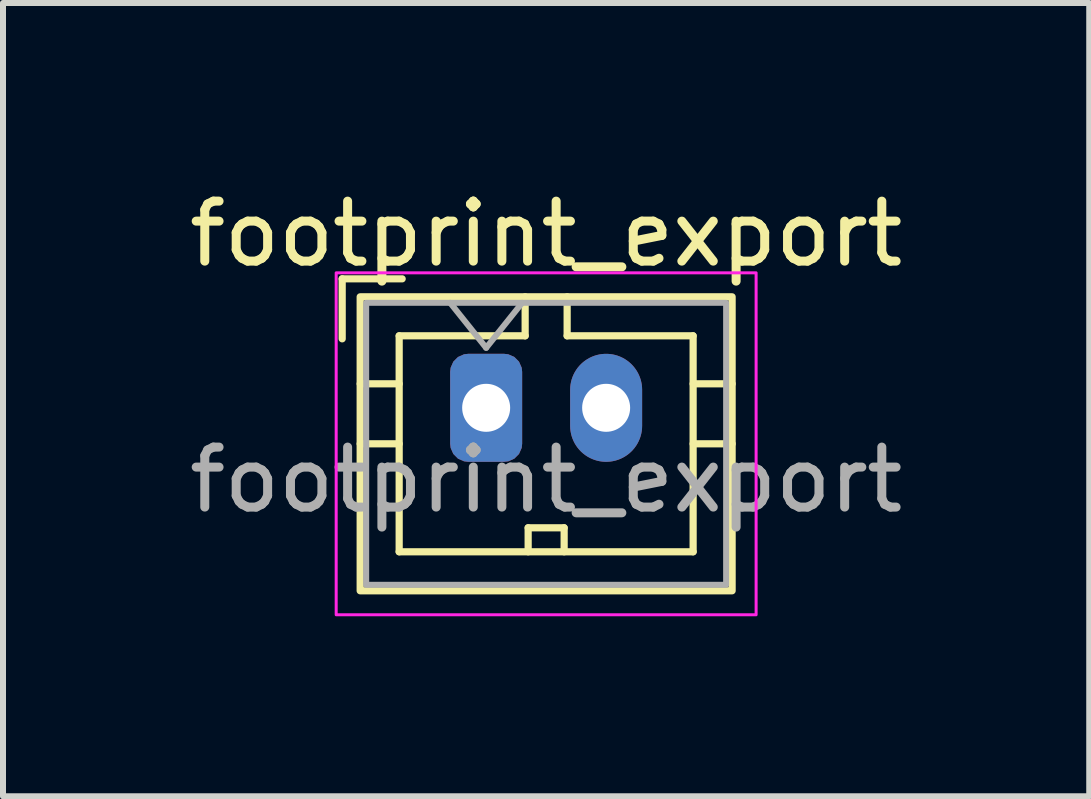
<source format=kicad_pcb>
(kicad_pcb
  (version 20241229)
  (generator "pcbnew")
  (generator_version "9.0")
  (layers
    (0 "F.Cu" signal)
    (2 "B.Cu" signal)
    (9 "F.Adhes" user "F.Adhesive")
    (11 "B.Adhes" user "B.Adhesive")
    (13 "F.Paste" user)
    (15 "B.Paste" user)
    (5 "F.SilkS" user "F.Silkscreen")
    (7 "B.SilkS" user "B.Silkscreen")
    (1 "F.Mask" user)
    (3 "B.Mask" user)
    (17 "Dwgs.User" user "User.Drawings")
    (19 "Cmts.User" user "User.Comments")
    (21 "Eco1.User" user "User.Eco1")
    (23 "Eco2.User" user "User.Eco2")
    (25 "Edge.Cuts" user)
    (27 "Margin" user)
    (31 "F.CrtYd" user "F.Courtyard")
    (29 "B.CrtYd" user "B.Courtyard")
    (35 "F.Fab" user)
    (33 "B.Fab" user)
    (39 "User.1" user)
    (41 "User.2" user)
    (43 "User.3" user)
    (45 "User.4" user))
  (footprint "footprint_export"
    (layer "F.Cu")
    (at 5.054 3.748)
    (property "Reference" "footprint_export" (at 1 -2.9 0) (unlocked yes) (layer "F.SilkS") (effects (font (size 1 1) (thickness 0.15))))
    (attr through_hole)
    (fp_line (start -2.4 -2.15) (end -2.4 -1.15) (stroke (width 0.12) (type solid)) (layer "F.SilkS"))
    (fp_line (start -2.4 -2.15) (end -1.4 -2.15) (stroke (width 0.12) (type solid)) (layer "F.SilkS"))
    (fp_line (start -2.1 -0.4) (end -1.45 -0.4) (stroke (width 0.12) (type solid)) (layer "F.SilkS"))
    (fp_line (start -2.1 0.6) (end -1.45 0.6) (stroke (width 0.12) (type solid)) (layer "F.SilkS"))
    (fp_line (start -1.45 -1.2) (end 0.65 -1.2) (stroke (width 0.12) (type solid)) (layer "F.SilkS"))
    (fp_line (start -1.45 2.4) (end -1.45 -1.2) (stroke (width 0.12) (type solid)) (layer "F.SilkS"))
    (fp_line (start 0.65 -1.85) (end 0.65 -1.2) (stroke (width 0.12) (type solid)) (layer "F.SilkS"))
    (fp_line (start 0.7 2) (end 1.3 2) (stroke (width 0.12) (type solid)) (layer "F.SilkS"))
    (fp_line (start 0.7 2.4) (end 0.7 2) (stroke (width 0.12) (type solid)) (layer "F.SilkS"))
    (fp_line (start 1.3 2) (end 1.3 2.4) (stroke (width 0.12) (type solid)) (layer "F.SilkS"))
    (fp_line (start 1.35 -1.85) (end 1.35 -1.2) (stroke (width 0.12) (type solid)) (layer "F.SilkS"))
    (fp_line (start 3.45 -1.2) (end 1.35 -1.2) (stroke (width 0.12) (type solid)) (layer "F.SilkS"))
    (fp_line (start 3.45 -1.2) (end 3.45 2.4) (stroke (width 0.12) (type solid)) (layer "F.SilkS"))
    (fp_line (start 3.45 -0.4) (end 4.1 -0.4) (stroke (width 0.12) (type solid)) (layer "F.SilkS"))
    (fp_line (start 3.45 0.6) (end 4.1 0.6) (stroke (width 0.12) (type solid)) (layer "F.SilkS"))
    (fp_line (start 3.45 2.4) (end -1.45 2.4) (stroke (width 0.12) (type solid)) (layer "F.SilkS"))
    (fp_rect (start -2.1 -1.85) (end 4.1 3.05) (stroke (width 0.12) (type solid)) (fill no) (layer "F.SilkS"))
    (fp_rect (start -2.5 -2.25) (end 4.5 3.45) (stroke (width 0.05) (type solid)) (fill no) (layer "F.CrtYd"))
    (fp_line (start 0 -1) (end -0.6 -1.75) (stroke (width 0.1) (type solid)) (layer "F.Fab"))
    (fp_line (start 0.6 -1.75) (end 0 -1) (stroke (width 0.1) (type solid)) (layer "F.Fab"))
    (fp_rect (start -2 -1.75) (end 4 2.95) (stroke (width 0.1) (type solid)) (fill no) (layer "F.Fab"))
    (fp_text user "${REFERENCE}" (at 1 1.2 0) (unlocked yes) (layer "F.Fab") (effects (font (size 1 1) (thickness 0.15))))
    (pad "1" thru_hole roundrect (at 0 0) (size 1.2 1.8) (drill 0.8) (layers "*.Cu" "*.Mask") (roundrect_rratio 0.25))
    (pad "2" thru_hole oval (at 2 0) (size 1.2 1.8) (drill 0.8) (layers "*.Cu" "*.Mask")))
  (gr_rect
    (start -3 -3)
    (end 15.107 10.223)
    (stroke (width 0.1) (type default))
    (fill no)
    (layer "Edge.Cuts")))
</source>
